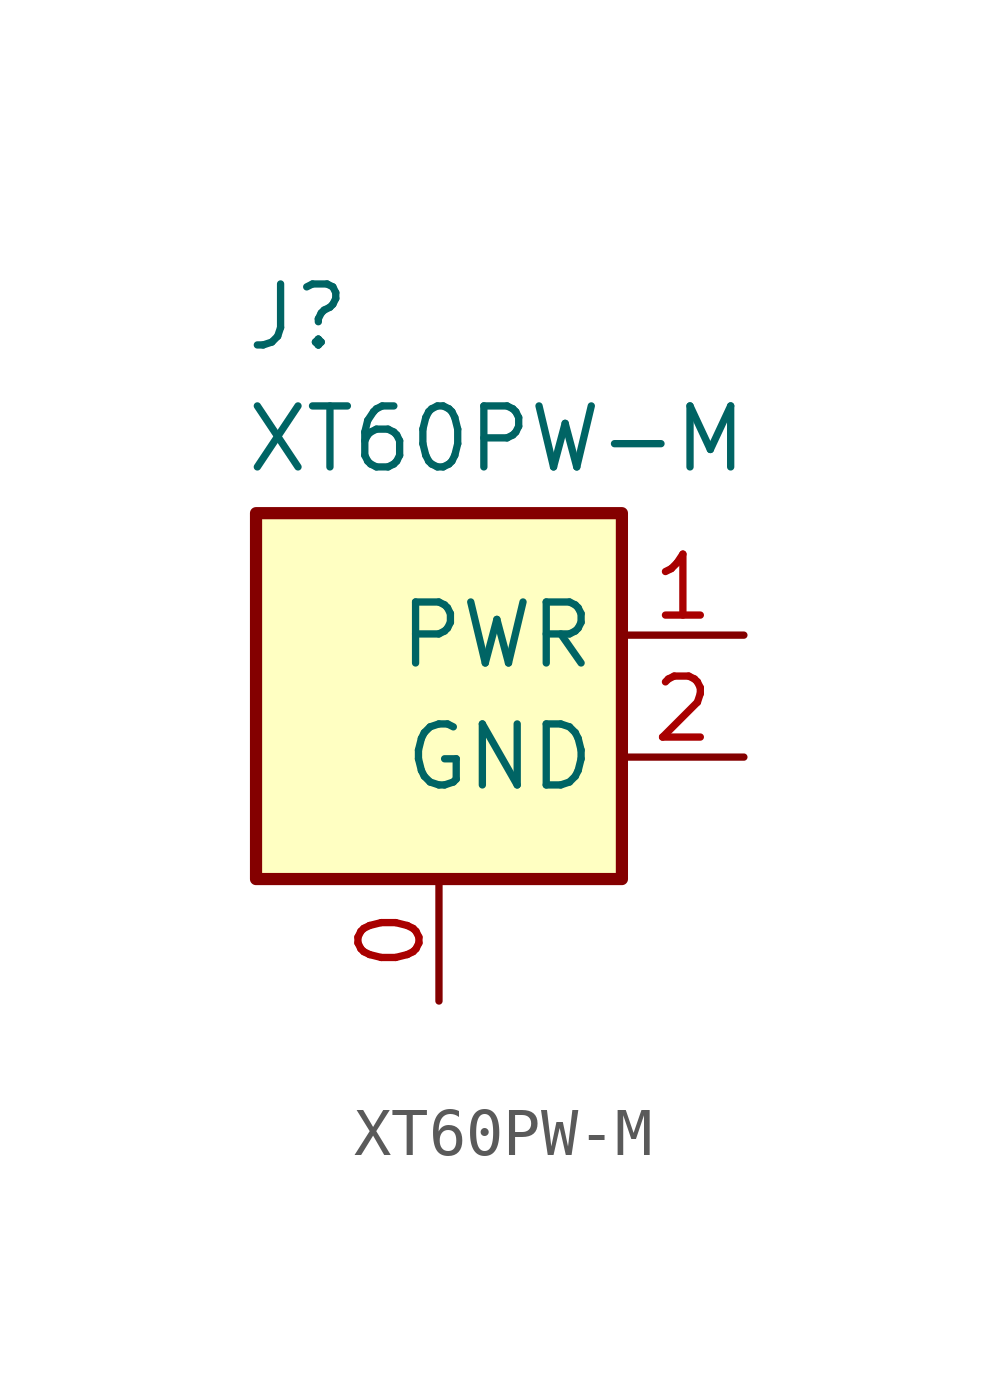
<source format=kicad_sym>
(kicad_symbol_lib
  (version 20231120)
  (generator "kicad_symbol_editor")
  (generator_version "8.0")
  (symbol "XT60PW-M"
    (property "Reference" "J"
      (at -0.254 8.636 0)
      (effects (font (size 1.27 1.27)) (justify left top)))
    (property "Value" "XT60PW-M"
      (at -0.254 6.096 0)
      (effects (font (size 1.27 1.27)) (justify left top)))
    (symbol "XT60PW-M_1_1"
      (rectangle (start 0 3.81) (end 7.62 -3.81) (stroke (width 0.254) (type default)) (fill (type background)))
      (pin input line (at 3.81 -6.35 90) (length 2.54) (name "" (effects (font (size 1.27 1.27)))) (number "0" (effects (font (size 1.27 1.27)))))
      (pin input line (at 10.16 1.27 180) (length 2.54) (name "PWR" (effects (font (size 1.27 1.27)))) (number "1" (effects (font (size 1.27 1.27)))))
      (pin input line (at 10.16 -1.27 180) (length 2.54) (name "GND" (effects (font (size 1.27 1.27)))) (number "2" (effects (font (size 1.27 1.27))))))))
</source>
